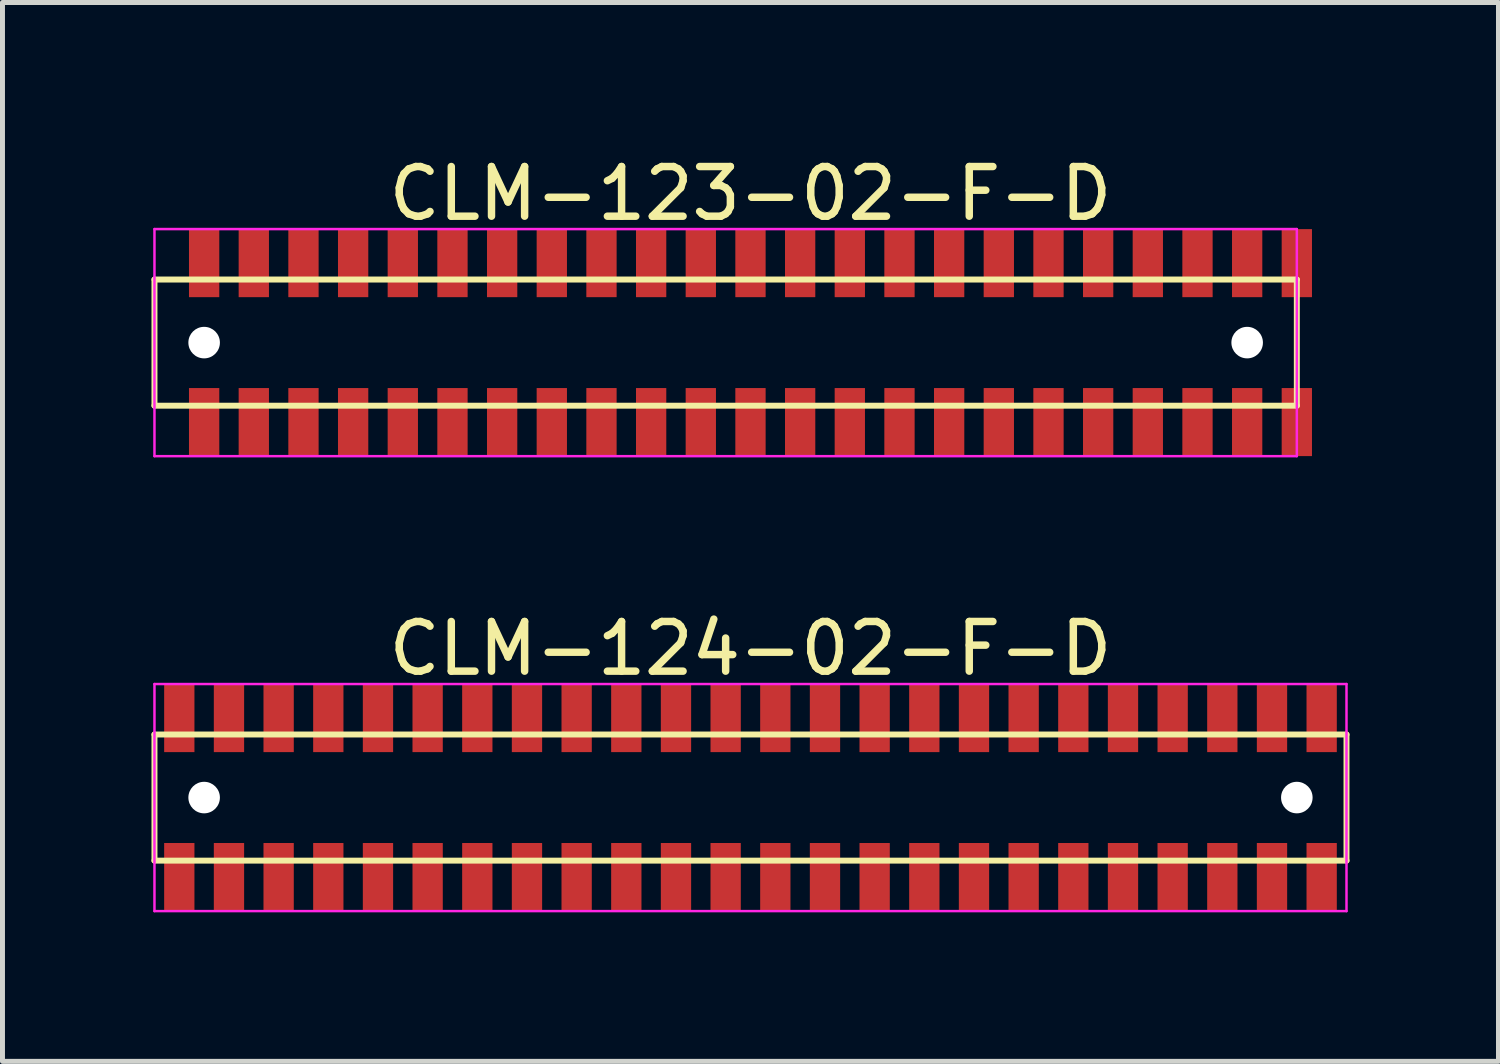
<source format=kicad_pcb>
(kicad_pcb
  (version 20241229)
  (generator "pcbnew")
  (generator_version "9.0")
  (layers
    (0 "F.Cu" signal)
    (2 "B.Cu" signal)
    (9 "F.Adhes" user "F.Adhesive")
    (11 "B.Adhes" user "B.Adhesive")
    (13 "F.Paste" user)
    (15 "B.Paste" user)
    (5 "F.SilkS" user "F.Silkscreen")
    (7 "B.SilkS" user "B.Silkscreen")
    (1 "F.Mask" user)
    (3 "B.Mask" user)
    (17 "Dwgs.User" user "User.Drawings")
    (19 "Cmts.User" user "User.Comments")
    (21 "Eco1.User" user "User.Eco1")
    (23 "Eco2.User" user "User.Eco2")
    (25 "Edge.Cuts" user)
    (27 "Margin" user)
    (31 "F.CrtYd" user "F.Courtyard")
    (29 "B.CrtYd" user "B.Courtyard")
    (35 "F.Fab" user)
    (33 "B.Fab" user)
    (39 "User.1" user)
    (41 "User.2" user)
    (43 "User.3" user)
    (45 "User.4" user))
  (footprint "CLM-123-02-F-D"
    (layer "F.Cu")
    (at 12.06 3.848)
    (property "Reference" "CLM-123-02-F-D" (at 0 -3 0) (layer "F.SilkS") (effects (font (size 1 1) (thickness 0.15))))
    (attr through_hole)
    (fp_line (start -12 -1.27) (end -12 1.27) (stroke (width 0.12) (type solid)) (layer "F.SilkS"))
    (fp_line (start -12 1.27) (end 11 1.27) (stroke (width 0.12) (type solid)) (layer "F.SilkS"))
    (fp_line (start 11 -1.27) (end -12 -1.27) (stroke (width 0.12) (type solid)) (layer "F.SilkS"))
    (fp_line (start 11 1.27) (end 11 -1.27) (stroke (width 0.12) (type solid)) (layer "F.SilkS"))
    (fp_line (start -12 -2.286) (end -12 2.286) (stroke (width 0.05) (type solid)) (layer "F.CrtYd"))
    (fp_line (start -12 2.286) (end 11 2.286) (stroke (width 0.05) (type solid)) (layer "F.CrtYd"))
    (fp_line (start 11 -2.286) (end -12 -2.286) (stroke (width 0.05) (type solid)) (layer "F.CrtYd"))
    (fp_line (start 11 2.286) (end 11 -2.286) (stroke (width 0.05) (type solid)) (layer "F.CrtYd"))
    (pad "" np_thru_hole circle (at -11 0) (size 0.635 0.635) (drill 0.635) (layers "*.Cu" "*.Mask"))
    (pad "" np_thru_hole circle (at 10 0) (size 0.635 0.635) (drill 0.635) (layers "*.Cu" "*.Mask"))
    (pad "1" smd rect (at -11 -1.6) (size 0.61 1.37) (layers "F.Cu" "F.Mask" "F.Paste"))
    (pad "2" smd rect (at -11 1.6) (size 0.61 1.37) (layers "F.Cu" "F.Mask" "F.Paste"))
    (pad "3" smd rect (at -10 -1.6) (size 0.61 1.37) (layers "F.Cu" "F.Mask" "F.Paste"))
    (pad "4" smd rect (at -10 1.6) (size 0.61 1.37) (layers "F.Cu" "F.Mask" "F.Paste"))
    (pad "5" smd rect (at -9 -1.6) (size 0.61 1.37) (layers "F.Cu" "F.Mask" "F.Paste"))
    (pad "6" smd rect (at -9 1.6) (size 0.61 1.37) (layers "F.Cu" "F.Mask" "F.Paste"))
    (pad "7" smd rect (at -8 -1.6) (size 0.61 1.37) (layers "F.Cu" "F.Mask" "F.Paste"))
    (pad "8" smd rect (at -8 1.6) (size 0.61 1.37) (layers "F.Cu" "F.Mask" "F.Paste"))
    (pad "9" smd rect (at -7 -1.6) (size 0.61 1.37) (layers "F.Cu" "F.Mask" "F.Paste"))
    (pad "10" smd rect (at -7 1.6) (size 0.61 1.37) (layers "F.Cu" "F.Mask" "F.Paste"))
    (pad "11" smd rect (at -6 -1.6) (size 0.61 1.37) (layers "F.Cu" "F.Mask" "F.Paste"))
    (pad "12" smd rect (at -6 1.6) (size 0.61 1.37) (layers "F.Cu" "F.Mask" "F.Paste"))
    (pad "13" smd rect (at -5 -1.6) (size 0.61 1.37) (layers "F.Cu" "F.Mask" "F.Paste"))
    (pad "14" smd rect (at -5 1.6) (size 0.61 1.37) (layers "F.Cu" "F.Mask" "F.Paste"))
    (pad "15" smd rect (at -4 -1.6) (size 0.61 1.37) (layers "F.Cu" "F.Mask" "F.Paste"))
    (pad "16" smd rect (at -4 1.6) (size 0.61 1.37) (layers "F.Cu" "F.Mask" "F.Paste"))
    (pad "17" smd rect (at -3 -1.6) (size 0.61 1.37) (layers "F.Cu" "F.Mask" "F.Paste"))
    (pad "18" smd rect (at -3 1.6) (size 0.61 1.37) (layers "F.Cu" "F.Mask" "F.Paste"))
    (pad "19" smd rect (at -2 -1.6) (size 0.61 1.37) (layers "F.Cu" "F.Mask" "F.Paste"))
    (pad "20" smd rect (at -2 1.6) (size 0.61 1.37) (layers "F.Cu" "F.Mask" "F.Paste"))
    (pad "21" smd rect (at -1 -1.6) (size 0.61 1.37) (layers "F.Cu" "F.Mask" "F.Paste"))
    (pad "22" smd rect (at -1 1.6) (size 0.61 1.37) (layers "F.Cu" "F.Mask" "F.Paste"))
    (pad "23" smd rect (at 0 -1.6) (size 0.61 1.37) (layers "F.Cu" "F.Mask" "F.Paste"))
    (pad "24" smd rect (at 0 1.6) (size 0.61 1.37) (layers "F.Cu" "F.Mask" "F.Paste"))
    (pad "25" smd rect (at 1 -1.6) (size 0.61 1.37) (layers "F.Cu" "F.Mask" "F.Paste"))
    (pad "26" smd rect (at 1 1.6) (size 0.61 1.37) (layers "F.Cu" "F.Mask" "F.Paste"))
    (pad "27" smd rect (at 2 -1.6) (size 0.61 1.37) (layers "F.Cu" "F.Mask" "F.Paste"))
    (pad "28" smd rect (at 2 1.6) (size 0.61 1.37) (layers "F.Cu" "F.Mask" "F.Paste"))
    (pad "29" smd rect (at 3 -1.6) (size 0.61 1.37) (layers "F.Cu" "F.Mask" "F.Paste"))
    (pad "30" smd rect (at 3 1.6) (size 0.61 1.37) (layers "F.Cu" "F.Mask" "F.Paste"))
    (pad "31" smd rect (at 4 -1.6) (size 0.61 1.37) (layers "F.Cu" "F.Mask" "F.Paste"))
    (pad "32" smd rect (at 4 1.6) (size 0.61 1.37) (layers "F.Cu" "F.Mask" "F.Paste"))
    (pad "33" smd rect (at 5 -1.6) (size 0.61 1.37) (layers "F.Cu" "F.Mask" "F.Paste"))
    (pad "34" smd rect (at 5 1.6) (size 0.61 1.37) (layers "F.Cu" "F.Mask" "F.Paste"))
    (pad "35" smd rect (at 6 -1.6) (size 0.61 1.37) (layers "F.Cu" "F.Mask" "F.Paste"))
    (pad "36" smd rect (at 6 1.6) (size 0.61 1.37) (layers "F.Cu" "F.Mask" "F.Paste"))
    (pad "37" smd rect (at 7 -1.6) (size 0.61 1.37) (layers "F.Cu" "F.Mask" "F.Paste"))
    (pad "38" smd rect (at 7 1.6) (size 0.61 1.37) (layers "F.Cu" "F.Mask" "F.Paste"))
    (pad "39" smd rect (at 8 -1.6) (size 0.61 1.37) (layers "F.Cu" "F.Mask" "F.Paste"))
    (pad "40" smd rect (at 8 1.6) (size 0.61 1.37) (layers "F.Cu" "F.Mask" "F.Paste"))
    (pad "41" smd rect (at 9 -1.6) (size 0.61 1.37) (layers "F.Cu" "F.Mask" "F.Paste"))
    (pad "42" smd rect (at 9 1.6) (size 0.61 1.37) (layers "F.Cu" "F.Mask" "F.Paste"))
    (pad "43" smd rect (at 10 -1.6) (size 0.61 1.37) (layers "F.Cu" "F.Mask" "F.Paste"))
    (pad "44" smd rect (at 10 1.6) (size 0.61 1.37) (layers "F.Cu" "F.Mask" "F.Paste"))
    (pad "45" smd rect (at 11 -1.6) (size 0.61 1.37) (layers "F.Cu" "F.Mask" "F.Paste"))
    (pad "46" smd rect (at 11 1.6) (size 0.61 1.37) (layers "F.Cu" "F.Mask" "F.Paste")))
  (footprint "CLM-124-02-F-D"
    (layer "F.Cu")
    (at 12.06 13.008)
    (property "Reference" "CLM-124-02-F-D" (at 0 -3 0) (layer "F.SilkS") (effects (font (size 1 1) (thickness 0.15))))
    (attr through_hole)
    (fp_line (start -12 -1.27) (end -12 1.27) (stroke (width 0.12) (type solid)) (layer "F.SilkS"))
    (fp_line (start -12 1.27) (end 12 1.27) (stroke (width 0.12) (type solid)) (layer "F.SilkS"))
    (fp_line (start 12 -1.27) (end -12 -1.27) (stroke (width 0.12) (type solid)) (layer "F.SilkS"))
    (fp_line (start 12 1.27) (end 12 -1.27) (stroke (width 0.12) (type solid)) (layer "F.SilkS"))
    (fp_line (start -12 -2.286) (end -12 2.286) (stroke (width 0.05) (type solid)) (layer "F.CrtYd"))
    (fp_line (start -12 2.286) (end 12 2.286) (stroke (width 0.05) (type solid)) (layer "F.CrtYd"))
    (fp_line (start 12 -2.286) (end -12 -2.286) (stroke (width 0.05) (type solid)) (layer "F.CrtYd"))
    (fp_line (start 12 2.286) (end 12 -2.286) (stroke (width 0.05) (type solid)) (layer "F.CrtYd"))
    (pad "" np_thru_hole circle (at -11 0) (size 0.635 0.635) (drill 0.635) (layers "*.Cu" "*.Mask"))
    (pad "" np_thru_hole circle (at 11 0) (size 0.635 0.635) (drill 0.635) (layers "*.Cu" "*.Mask"))
    (pad "1" smd rect (at -11.5 -1.6) (size 0.61 1.37) (layers "F.Cu" "F.Mask" "F.Paste"))
    (pad "2" smd rect (at -11.5 1.6) (size 0.61 1.37) (layers "F.Cu" "F.Mask" "F.Paste"))
    (pad "3" smd rect (at -10.5 -1.6) (size 0.61 1.37) (layers "F.Cu" "F.Mask" "F.Paste"))
    (pad "4" smd rect (at -10.5 1.6) (size 0.61 1.37) (layers "F.Cu" "F.Mask" "F.Paste"))
    (pad "5" smd rect (at -9.5 -1.6) (size 0.61 1.37) (layers "F.Cu" "F.Mask" "F.Paste"))
    (pad "6" smd rect (at -9.5 1.6) (size 0.61 1.37) (layers "F.Cu" "F.Mask" "F.Paste"))
    (pad "7" smd rect (at -8.5 -1.6) (size 0.61 1.37) (layers "F.Cu" "F.Mask" "F.Paste"))
    (pad "8" smd rect (at -8.5 1.6) (size 0.61 1.37) (layers "F.Cu" "F.Mask" "F.Paste"))
    (pad "9" smd rect (at -7.5 -1.6) (size 0.61 1.37) (layers "F.Cu" "F.Mask" "F.Paste"))
    (pad "10" smd rect (at -7.5 1.6) (size 0.61 1.37) (layers "F.Cu" "F.Mask" "F.Paste"))
    (pad "11" smd rect (at -6.5 -1.6) (size 0.61 1.37) (layers "F.Cu" "F.Mask" "F.Paste"))
    (pad "12" smd rect (at -6.5 1.6) (size 0.61 1.37) (layers "F.Cu" "F.Mask" "F.Paste"))
    (pad "13" smd rect (at -5.5 -1.6) (size 0.61 1.37) (layers "F.Cu" "F.Mask" "F.Paste"))
    (pad "14" smd rect (at -5.5 1.6) (size 0.61 1.37) (layers "F.Cu" "F.Mask" "F.Paste"))
    (pad "15" smd rect (at -4.5 -1.6) (size 0.61 1.37) (layers "F.Cu" "F.Mask" "F.Paste"))
    (pad "16" smd rect (at -4.5 1.6) (size 0.61 1.37) (layers "F.Cu" "F.Mask" "F.Paste"))
    (pad "17" smd rect (at -3.5 -1.6) (size 0.61 1.37) (layers "F.Cu" "F.Mask" "F.Paste"))
    (pad "18" smd rect (at -3.5 1.6) (size 0.61 1.37) (layers "F.Cu" "F.Mask" "F.Paste"))
    (pad "19" smd rect (at -2.5 -1.6) (size 0.61 1.37) (layers "F.Cu" "F.Mask" "F.Paste"))
    (pad "20" smd rect (at -2.5 1.6) (size 0.61 1.37) (layers "F.Cu" "F.Mask" "F.Paste"))
    (pad "21" smd rect (at -1.5 -1.6) (size 0.61 1.37) (layers "F.Cu" "F.Mask" "F.Paste"))
    (pad "22" smd rect (at -1.5 1.6) (size 0.61 1.37) (layers "F.Cu" "F.Mask" "F.Paste"))
    (pad "23" smd rect (at -0.5 -1.6) (size 0.61 1.37) (layers "F.Cu" "F.Mask" "F.Paste"))
    (pad "24" smd rect (at -0.5 1.6) (size 0.61 1.37) (layers "F.Cu" "F.Mask" "F.Paste"))
    (pad "25" smd rect (at 0.5 -1.6) (size 0.61 1.37) (layers "F.Cu" "F.Mask" "F.Paste"))
    (pad "26" smd rect (at 0.5 1.6) (size 0.61 1.37) (layers "F.Cu" "F.Mask" "F.Paste"))
    (pad "27" smd rect (at 1.5 -1.6) (size 0.61 1.37) (layers "F.Cu" "F.Mask" "F.Paste"))
    (pad "28" smd rect (at 1.5 1.6) (size 0.61 1.37) (layers "F.Cu" "F.Mask" "F.Paste"))
    (pad "29" smd rect (at 2.5 -1.6) (size 0.61 1.37) (layers "F.Cu" "F.Mask" "F.Paste"))
    (pad "30" smd rect (at 2.5 1.6) (size 0.61 1.37) (layers "F.Cu" "F.Mask" "F.Paste"))
    (pad "31" smd rect (at 3.5 -1.6) (size 0.61 1.37) (layers "F.Cu" "F.Mask" "F.Paste"))
    (pad "32" smd rect (at 3.5 1.6) (size 0.61 1.37) (layers "F.Cu" "F.Mask" "F.Paste"))
    (pad "33" smd rect (at 4.5 -1.6) (size 0.61 1.37) (layers "F.Cu" "F.Mask" "F.Paste"))
    (pad "34" smd rect (at 4.5 1.6) (size 0.61 1.37) (layers "F.Cu" "F.Mask" "F.Paste"))
    (pad "35" smd rect (at 5.5 -1.6) (size 0.61 1.37) (layers "F.Cu" "F.Mask" "F.Paste"))
    (pad "36" smd rect (at 5.5 1.6) (size 0.61 1.37) (layers "F.Cu" "F.Mask" "F.Paste"))
    (pad "37" smd rect (at 6.5 -1.6) (size 0.61 1.37) (layers "F.Cu" "F.Mask" "F.Paste"))
    (pad "38" smd rect (at 6.5 1.6) (size 0.61 1.37) (layers "F.Cu" "F.Mask" "F.Paste"))
    (pad "39" smd rect (at 7.5 -1.6) (size 0.61 1.37) (layers "F.Cu" "F.Mask" "F.Paste"))
    (pad "40" smd rect (at 7.5 1.6) (size 0.61 1.37) (layers "F.Cu" "F.Mask" "F.Paste"))
    (pad "41" smd rect (at 8.5 -1.6) (size 0.61 1.37) (layers "F.Cu" "F.Mask" "F.Paste"))
    (pad "42" smd rect (at 8.5 1.6) (size 0.61 1.37) (layers "F.Cu" "F.Mask" "F.Paste"))
    (pad "43" smd rect (at 9.5 -1.6) (size 0.61 1.37) (layers "F.Cu" "F.Mask" "F.Paste"))
    (pad "44" smd rect (at 9.5 1.6) (size 0.61 1.37) (layers "F.Cu" "F.Mask" "F.Paste"))
    (pad "45" smd rect (at 10.5 -1.6) (size 0.61 1.37) (layers "F.Cu" "F.Mask" "F.Paste"))
    (pad "46" smd rect (at 10.5 1.6) (size 0.61 1.37) (layers "F.Cu" "F.Mask" "F.Paste"))
    (pad "47" smd rect (at 11.5 -1.6) (size 0.61 1.37) (layers "F.Cu" "F.Mask" "F.Paste"))
    (pad "48" smd rect (at 11.5 1.6) (size 0.61 1.37) (layers "F.Cu" "F.Mask" "F.Paste")))
  (gr_rect
    (start -3 -3)
    (end 27.12 18.319)
    (stroke (width 0.1) (type default))
    (fill no)
    (layer "Edge.Cuts")))
</source>
